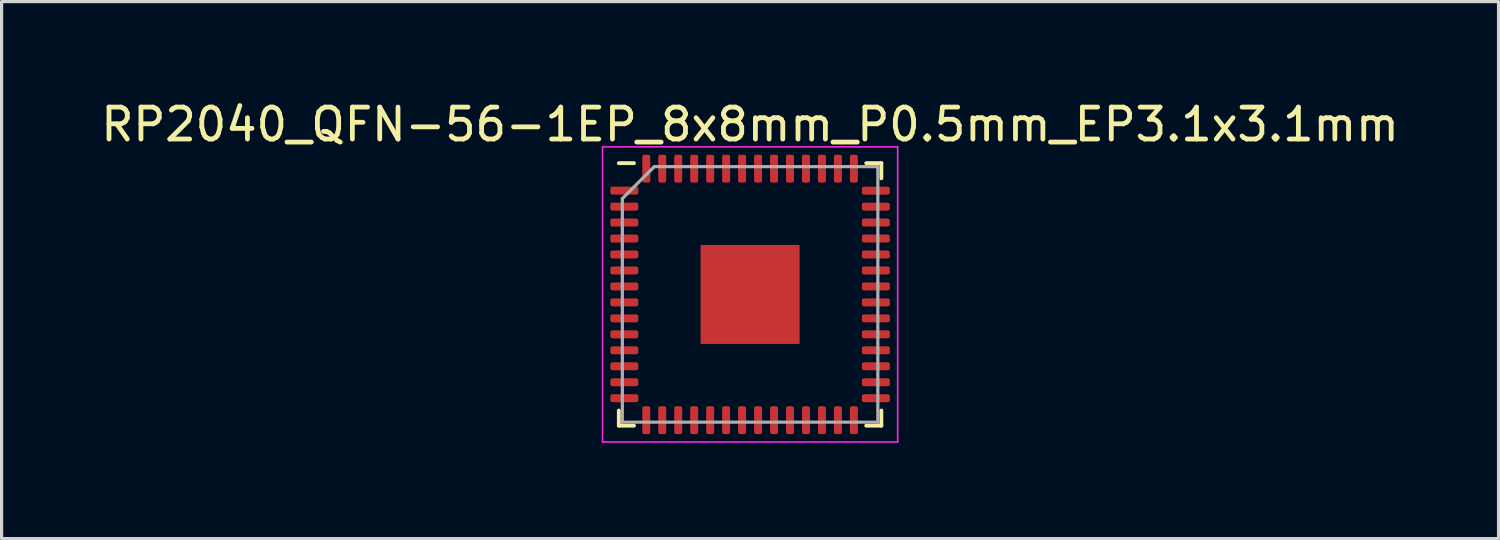
<source format=kicad_pcb>
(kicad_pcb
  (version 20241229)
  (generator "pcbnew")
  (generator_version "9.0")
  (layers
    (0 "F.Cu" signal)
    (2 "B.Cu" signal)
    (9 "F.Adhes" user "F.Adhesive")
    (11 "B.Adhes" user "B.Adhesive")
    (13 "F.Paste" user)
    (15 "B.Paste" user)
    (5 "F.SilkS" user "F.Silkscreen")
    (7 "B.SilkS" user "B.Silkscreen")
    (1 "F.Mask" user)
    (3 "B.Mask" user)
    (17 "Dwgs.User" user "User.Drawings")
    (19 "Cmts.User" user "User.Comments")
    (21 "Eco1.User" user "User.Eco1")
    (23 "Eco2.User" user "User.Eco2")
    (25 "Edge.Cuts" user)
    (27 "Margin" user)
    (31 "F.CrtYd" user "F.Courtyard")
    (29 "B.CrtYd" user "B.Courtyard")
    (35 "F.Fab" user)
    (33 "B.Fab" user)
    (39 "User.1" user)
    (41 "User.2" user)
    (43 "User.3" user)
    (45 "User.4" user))
  (footprint "RP2040_QFN-56-1EP_8x8mm_P0.5mm_EP3.1x3.1mm"
    (layer "F.Cu")
    (at 20.435 6.168)
    (property "Reference" "RP2040_QFN-56-1EP_8x8mm_P0.5mm_EP3.1x3.1mm" (at 0 -5.32 0) (layer "F.SilkS") (effects (font (size 1 1) (thickness 0.15))))
    (attr smd)
    (fp_line (start -4.11 4.11) (end -4.11 3.635) (stroke (width 0.12) (type solid)) (layer "F.SilkS"))
    (fp_line (start -3.635 -4.11) (end -4.11 -4.11) (stroke (width 0.12) (type solid)) (layer "F.SilkS"))
    (fp_line (start -3.635 4.11) (end -4.11 4.11) (stroke (width 0.12) (type solid)) (layer "F.SilkS"))
    (fp_line (start 3.635 -4.11) (end 4.11 -4.11) (stroke (width 0.12) (type solid)) (layer "F.SilkS"))
    (fp_line (start 3.635 4.11) (end 4.11 4.11) (stroke (width 0.12) (type solid)) (layer "F.SilkS"))
    (fp_line (start 4.11 -4.11) (end 4.11 -3.635) (stroke (width 0.12) (type solid)) (layer "F.SilkS"))
    (fp_line (start 4.11 4.11) (end 4.11 3.635) (stroke (width 0.12) (type solid)) (layer "F.SilkS"))
    (fp_line (start -4.62 -4.62) (end -4.62 4.62) (stroke (width 0.05) (type solid)) (layer "F.CrtYd"))
    (fp_line (start -4.62 4.62) (end 4.62 4.62) (stroke (width 0.05) (type solid)) (layer "F.CrtYd"))
    (fp_line (start 4.62 -4.62) (end -4.62 -4.62) (stroke (width 0.05) (type solid)) (layer "F.CrtYd"))
    (fp_line (start 4.62 4.62) (end 4.62 -4.62) (stroke (width 0.05) (type solid)) (layer "F.CrtYd"))
    (fp_line (start -4 -3) (end -3 -4) (stroke (width 0.1) (type solid)) (layer "F.Fab"))
    (fp_line (start -4 4) (end -4 -3) (stroke (width 0.1) (type solid)) (layer "F.Fab"))
    (fp_line (start -3 -4) (end 4 -4) (stroke (width 0.1) (type solid)) (layer "F.Fab"))
    (fp_line (start 4 -4) (end 4 4) (stroke (width 0.1) (type solid)) (layer "F.Fab"))
    (fp_line (start 4 4) (end -4 4) (stroke (width 0.1) (type solid)) (layer "F.Fab"))
    (pad "" smd roundrect (at -0.54 -0.54) (size 0.87 0.87) (layers "F.Paste") (roundrect_rratio 0.25))
    (pad "" smd roundrect (at -0.54 0.54) (size 0.87 0.87) (layers "F.Paste") (roundrect_rratio 0.25))
    (pad "" smd roundrect (at 0.54 -0.54) (size 0.87 0.87) (layers "F.Paste") (roundrect_rratio 0.25))
    (pad "" smd roundrect (at 0.54 0.54) (size 0.87 0.87) (layers "F.Paste") (roundrect_rratio 0.25))
    (pad "1" smd roundrect (at -3.938 -3.25) (size 0.875 0.25) (layers "F.Cu" "F.Mask" "F.Paste") (roundrect_rratio 0.25))
    (pad "2" smd roundrect (at -3.938 -2.75) (size 0.875 0.25) (layers "F.Cu" "F.Mask" "F.Paste") (roundrect_rratio 0.25))
    (pad "3" smd roundrect (at -3.938 -2.25) (size 0.875 0.25) (layers "F.Cu" "F.Mask" "F.Paste") (roundrect_rratio 0.25))
    (pad "4" smd roundrect (at -3.938 -1.75) (size 0.875 0.25) (layers "F.Cu" "F.Mask" "F.Paste") (roundrect_rratio 0.25))
    (pad "5" smd roundrect (at -3.938 -1.25) (size 0.875 0.25) (layers "F.Cu" "F.Mask" "F.Paste") (roundrect_rratio 0.25))
    (pad "6" smd roundrect (at -3.938 -0.75) (size 0.875 0.25) (layers "F.Cu" "F.Mask" "F.Paste") (roundrect_rratio 0.25))
    (pad "7" smd roundrect (at -3.938 -0.25) (size 0.875 0.25) (layers "F.Cu" "F.Mask" "F.Paste") (roundrect_rratio 0.25))
    (pad "8" smd roundrect (at -3.938 0.25) (size 0.875 0.25) (layers "F.Cu" "F.Mask" "F.Paste") (roundrect_rratio 0.25))
    (pad "9" smd roundrect (at -3.938 0.75) (size 0.875 0.25) (layers "F.Cu" "F.Mask" "F.Paste") (roundrect_rratio 0.25))
    (pad "10" smd roundrect (at -3.938 1.25) (size 0.875 0.25) (layers "F.Cu" "F.Mask" "F.Paste") (roundrect_rratio 0.25))
    (pad "11" smd roundrect (at -3.938 1.75) (size 0.875 0.25) (layers "F.Cu" "F.Mask" "F.Paste") (roundrect_rratio 0.25))
    (pad "12" smd roundrect (at -3.938 2.25) (size 0.875 0.25) (layers "F.Cu" "F.Mask" "F.Paste") (roundrect_rratio 0.25))
    (pad "13" smd roundrect (at -3.938 2.75) (size 0.875 0.25) (layers "F.Cu" "F.Mask" "F.Paste") (roundrect_rratio 0.25))
    (pad "14" smd roundrect (at -3.938 3.25) (size 0.875 0.25) (layers "F.Cu" "F.Mask" "F.Paste") (roundrect_rratio 0.25))
    (pad "15" smd roundrect (at -3.25 3.938) (size 0.25 0.875) (layers "F.Cu" "F.Mask" "F.Paste") (roundrect_rratio 0.25))
    (pad "16" smd roundrect (at -2.75 3.938) (size 0.25 0.875) (layers "F.Cu" "F.Mask" "F.Paste") (roundrect_rratio 0.25))
    (pad "17" smd roundrect (at -2.25 3.938) (size 0.25 0.875) (layers "F.Cu" "F.Mask" "F.Paste") (roundrect_rratio 0.25))
    (pad "18" smd roundrect (at -1.75 3.938) (size 0.25 0.875) (layers "F.Cu" "F.Mask" "F.Paste") (roundrect_rratio 0.25))
    (pad "19" smd roundrect (at -1.25 3.938) (size 0.25 0.875) (layers "F.Cu" "F.Mask" "F.Paste") (roundrect_rratio 0.25))
    (pad "20" smd roundrect (at -0.75 3.938) (size 0.25 0.875) (layers "F.Cu" "F.Mask" "F.Paste") (roundrect_rratio 0.25))
    (pad "21" smd roundrect (at -0.25 3.938) (size 0.25 0.875) (layers "F.Cu" "F.Mask" "F.Paste") (roundrect_rratio 0.25))
    (pad "22" smd roundrect (at 0.25 3.938) (size 0.25 0.875) (layers "F.Cu" "F.Mask" "F.Paste") (roundrect_rratio 0.25))
    (pad "23" smd roundrect (at 0.75 3.938) (size 0.25 0.875) (layers "F.Cu" "F.Mask" "F.Paste") (roundrect_rratio 0.25))
    (pad "24" smd roundrect (at 1.25 3.938) (size 0.25 0.875) (layers "F.Cu" "F.Mask" "F.Paste") (roundrect_rratio 0.25))
    (pad "25" smd roundrect (at 1.75 3.938) (size 0.25 0.875) (layers "F.Cu" "F.Mask" "F.Paste") (roundrect_rratio 0.25))
    (pad "26" smd roundrect (at 2.25 3.938) (size 0.25 0.875) (layers "F.Cu" "F.Mask" "F.Paste") (roundrect_rratio 0.25))
    (pad "27" smd roundrect (at 2.75 3.938) (size 0.25 0.875) (layers "F.Cu" "F.Mask" "F.Paste") (roundrect_rratio 0.25))
    (pad "28" smd roundrect (at 3.25 3.938) (size 0.25 0.875) (layers "F.Cu" "F.Mask" "F.Paste") (roundrect_rratio 0.25))
    (pad "29" smd roundrect (at 3.938 3.25) (size 0.875 0.25) (layers "F.Cu" "F.Mask" "F.Paste") (roundrect_rratio 0.25))
    (pad "30" smd roundrect (at 3.938 2.75) (size 0.875 0.25) (layers "F.Cu" "F.Mask" "F.Paste") (roundrect_rratio 0.25))
    (pad "31" smd roundrect (at 3.938 2.25) (size 0.875 0.25) (layers "F.Cu" "F.Mask" "F.Paste") (roundrect_rratio 0.25))
    (pad "32" smd roundrect (at 3.938 1.75) (size 0.875 0.25) (layers "F.Cu" "F.Mask" "F.Paste") (roundrect_rratio 0.25))
    (pad "33" smd roundrect (at 3.938 1.25) (size 0.875 0.25) (layers "F.Cu" "F.Mask" "F.Paste") (roundrect_rratio 0.25))
    (pad "34" smd roundrect (at 3.938 0.75) (size 0.875 0.25) (layers "F.Cu" "F.Mask" "F.Paste") (roundrect_rratio 0.25))
    (pad "35" smd roundrect (at 3.938 0.25) (size 0.875 0.25) (layers "F.Cu" "F.Mask" "F.Paste") (roundrect_rratio 0.25))
    (pad "36" smd roundrect (at 3.938 -0.25) (size 0.875 0.25) (layers "F.Cu" "F.Mask" "F.Paste") (roundrect_rratio 0.25))
    (pad "37" smd roundrect (at 3.938 -0.75) (size 0.875 0.25) (layers "F.Cu" "F.Mask" "F.Paste") (roundrect_rratio 0.25))
    (pad "38" smd roundrect (at 3.938 -1.25) (size 0.875 0.25) (layers "F.Cu" "F.Mask" "F.Paste") (roundrect_rratio 0.25))
    (pad "39" smd roundrect (at 3.938 -1.75) (size 0.875 0.25) (layers "F.Cu" "F.Mask" "F.Paste") (roundrect_rratio 0.25))
    (pad "40" smd roundrect (at 3.938 -2.25) (size 0.875 0.25) (layers "F.Cu" "F.Mask" "F.Paste") (roundrect_rratio 0.25))
    (pad "41" smd roundrect (at 3.938 -2.75) (size 0.875 0.25) (layers "F.Cu" "F.Mask" "F.Paste") (roundrect_rratio 0.25))
    (pad "42" smd roundrect (at 3.938 -3.25) (size 0.875 0.25) (layers "F.Cu" "F.Mask" "F.Paste") (roundrect_rratio 0.25))
    (pad "43" smd roundrect (at 3.25 -3.938) (size 0.25 0.875) (layers "F.Cu" "F.Mask" "F.Paste") (roundrect_rratio 0.25))
    (pad "44" smd roundrect (at 2.75 -3.938) (size 0.25 0.875) (layers "F.Cu" "F.Mask" "F.Paste") (roundrect_rratio 0.25))
    (pad "45" smd roundrect (at 2.25 -3.938) (size 0.25 0.875) (layers "F.Cu" "F.Mask" "F.Paste") (roundrect_rratio 0.25))
    (pad "46" smd roundrect (at 1.75 -3.938) (size 0.25 0.875) (layers "F.Cu" "F.Mask" "F.Paste") (roundrect_rratio 0.25))
    (pad "47" smd roundrect (at 1.25 -3.938) (size 0.25 0.875) (layers "F.Cu" "F.Mask" "F.Paste") (roundrect_rratio 0.25))
    (pad "48" smd roundrect (at 0.75 -3.938) (size 0.25 0.875) (layers "F.Cu" "F.Mask" "F.Paste") (roundrect_rratio 0.25))
    (pad "49" smd roundrect (at 0.25 -3.938) (size 0.25 0.875) (layers "F.Cu" "F.Mask" "F.Paste") (roundrect_rratio 0.25))
    (pad "50" smd roundrect (at -0.25 -3.938) (size 0.25 0.875) (layers "F.Cu" "F.Mask" "F.Paste") (roundrect_rratio 0.25))
    (pad "51" smd roundrect (at -0.75 -3.938) (size 0.25 0.875) (layers "F.Cu" "F.Mask" "F.Paste") (roundrect_rratio 0.25))
    (pad "52" smd roundrect (at -1.25 -3.938) (size 0.25 0.875) (layers "F.Cu" "F.Mask" "F.Paste") (roundrect_rratio 0.25))
    (pad "53" smd roundrect (at -1.75 -3.938) (size 0.25 0.875) (layers "F.Cu" "F.Mask" "F.Paste") (roundrect_rratio 0.25))
    (pad "54" smd roundrect (at -2.25 -3.938) (size 0.25 0.875) (layers "F.Cu" "F.Mask" "F.Paste") (roundrect_rratio 0.25))
    (pad "55" smd roundrect (at -2.75 -3.938) (size 0.25 0.875) (layers "F.Cu" "F.Mask" "F.Paste") (roundrect_rratio 0.25))
    (pad "56" smd roundrect (at -3.25 -3.938) (size 0.25 0.875) (layers "F.Cu" "F.Mask" "F.Paste") (roundrect_rratio 0.25))
    (pad "57" smd rect (at 0 0) (size 3.1 3.1) (layers "F.Cu" "F.Mask")))
  (gr_rect
    (start -3 -3)
    (end 43.869 13.813)
    (stroke (width 0.1) (type default))
    (fill no)
    (layer "Edge.Cuts")))
</source>
